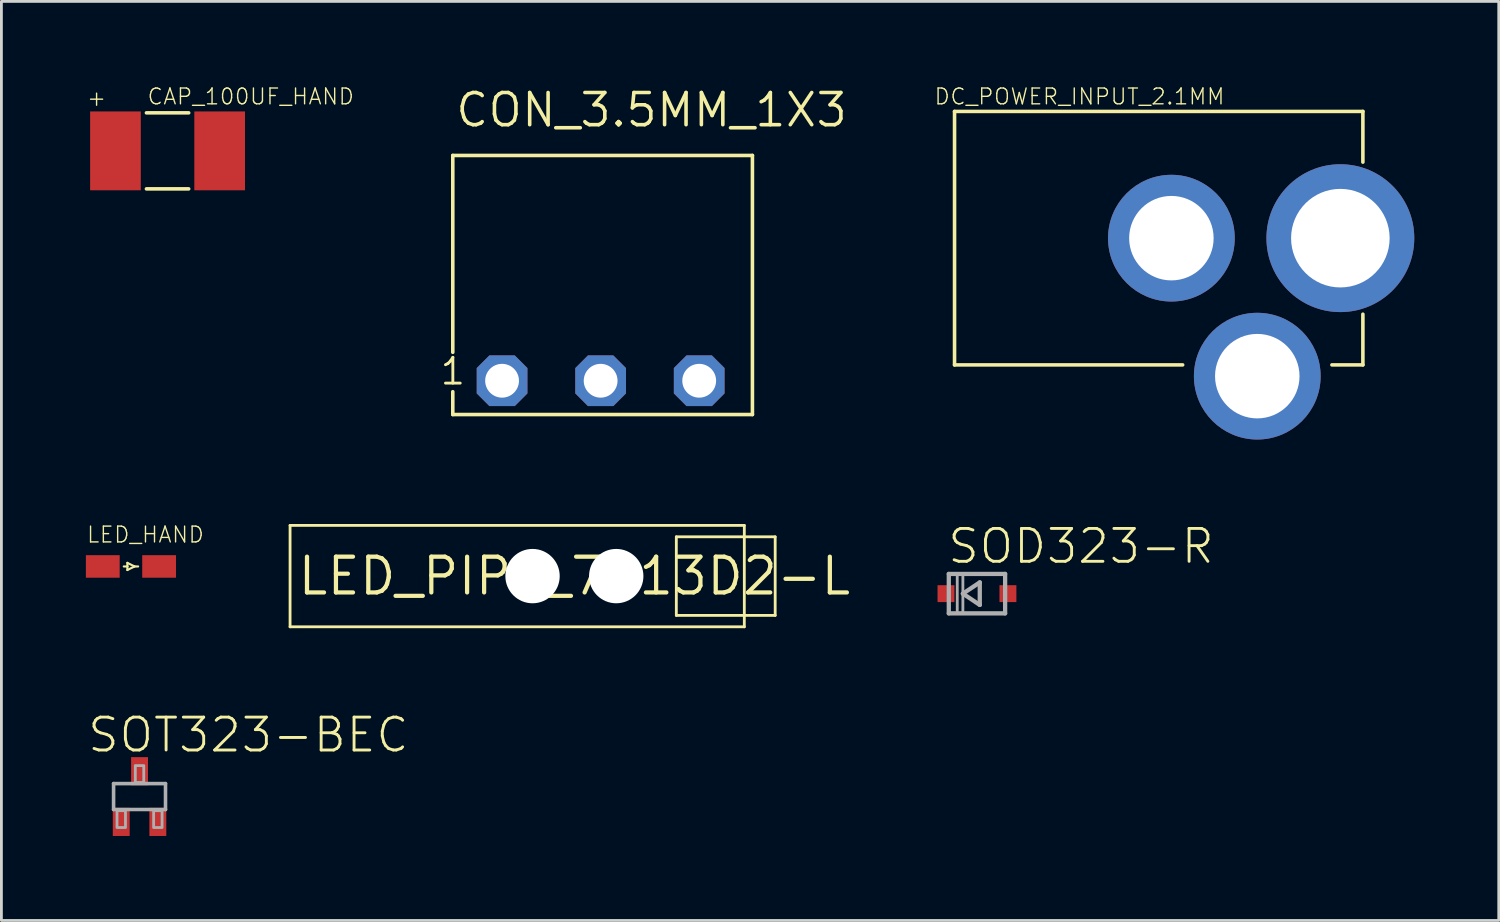
<source format=kicad_pcb>
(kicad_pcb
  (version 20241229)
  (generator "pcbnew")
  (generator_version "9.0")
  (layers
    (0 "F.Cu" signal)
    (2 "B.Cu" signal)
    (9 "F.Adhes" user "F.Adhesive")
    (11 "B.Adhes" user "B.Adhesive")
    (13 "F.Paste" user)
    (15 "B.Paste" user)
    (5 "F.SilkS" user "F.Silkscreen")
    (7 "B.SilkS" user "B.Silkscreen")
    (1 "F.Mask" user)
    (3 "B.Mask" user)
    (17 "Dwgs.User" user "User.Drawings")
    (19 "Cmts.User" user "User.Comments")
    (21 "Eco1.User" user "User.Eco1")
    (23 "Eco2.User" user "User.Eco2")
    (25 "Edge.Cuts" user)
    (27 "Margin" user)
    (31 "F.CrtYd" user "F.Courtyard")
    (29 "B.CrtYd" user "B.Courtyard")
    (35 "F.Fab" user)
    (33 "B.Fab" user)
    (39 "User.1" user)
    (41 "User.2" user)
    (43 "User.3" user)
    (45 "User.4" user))
  (footprint "LED_PIPE_7513D2-L"
    (layer "F.Cu")
    (at 17.346 17.407)
    (property "Reference" "LED_PIPE_7513D2-L" (at 0 0 0) (layer "F.SilkS") (effects (font (size 1.27 1.27) (thickness 0.15))))
    (fp_line (start -10.096 1.8) (end -10.096 -1.8) (stroke (width 0.1) (type solid)) (layer "F.SilkS"))
    (fp_line (start 3.62 1.395) (end 3.62 -1.395) (stroke (width 0.1) (type solid)) (layer "F.SilkS"))
    (fp_line (start 3.62 1.395) (end 7.13 1.395) (stroke (width 0.1) (type solid)) (layer "F.SilkS"))
    (fp_line (start 6.034 -1.8) (end -10.096 -1.8) (stroke (width 0.1) (type solid)) (layer "F.SilkS"))
    (fp_line (start 6.034 1.8) (end -10.096 1.8) (stroke (width 0.1) (type solid)) (layer "F.SilkS"))
    (fp_line (start 6.034 1.8) (end 6.034 -1.8) (stroke (width 0.1) (type solid)) (layer "F.SilkS"))
    (fp_line (start 7.13 -1.395) (end 3.62 -1.395) (stroke (width 0.1) (type solid)) (layer "F.SilkS"))
    (fp_line (start 7.13 1.395) (end 7.13 -1.395) (stroke (width 0.1) (type solid)) (layer "F.SilkS"))
    (pad "" np_thru_hole circle (at -1.486 0) (size 1.93 1.93) (drill 1.93) (layers "*.Cu" "*.Mask"))
    (pad "" np_thru_hole circle (at 1.486 0) (size 1.93 1.93) (drill 1.93) (layers "*.Cu" "*.Mask")))
  (footprint "LED_HAND"
    (layer "F.Cu")
    (at 1.6 17.064)
    (property "Reference" "LED_HAND" (at -1.6 -0.8 0) (layer "F.SilkS") (effects (font (size 0.561 0.561) (thickness 0.049)) (justify left bottom)))
    (fp_line (start -0.127 -0.127) (end -0.127 0) (stroke (width 0.076) (type solid)) (layer "F.SilkS"))
    (fp_line (start -0.127 0) (end -0.254 0) (stroke (width 0.076) (type solid)) (layer "F.SilkS"))
    (fp_line (start -0.127 0) (end -0.127 0.127) (stroke (width 0.076) (type solid)) (layer "F.SilkS"))
    (fp_line (start -0.127 0.127) (end 0.127 0) (stroke (width 0.076) (type solid)) (layer "F.SilkS"))
    (fp_line (start 0.127 0) (end -0.127 -0.127) (stroke (width 0.076) (type solid)) (layer "F.SilkS"))
    (fp_line (start 0.127 0) (end 0.254 0) (stroke (width 0.076) (type solid)) (layer "F.SilkS"))
    (pad "A" smd rect (at -1 0) (size 1.2 0.8) (layers "F.Cu" "F.Mask" "F.Paste"))
    (pad "K" smd rect (at 1 0) (size 1.2 0.8) (layers "F.Cu" "F.Mask" "F.Paste")))
  (footprint "SOD323-R"
    (layer "F.Cu")
    (at 31.641 18.03)
    (property "Reference" "SOD323-R" (at -1.1 -1 0) (layer "F.SilkS") (effects (font (size 1.168 1.168) (thickness 0.102)) (justify left bottom)))
    (fp_line (start -1 -0.7) (end 1 -0.7) (stroke (width 0.152) (type solid)) (layer "F.Fab"))
    (fp_line (start -1 0.7) (end -1 -0.7) (stroke (width 0.152) (type solid)) (layer "F.Fab"))
    (fp_line (start -0.5 0) (end 0.1 -0.4) (stroke (width 0.152) (type solid)) (layer "F.Fab"))
    (fp_line (start 0.1 -0.4) (end 0.1 0.4) (stroke (width 0.152) (type solid)) (layer "F.Fab"))
    (fp_line (start 0.1 0.4) (end -0.5 0) (stroke (width 0.152) (type solid)) (layer "F.Fab"))
    (fp_line (start 1 -0.7) (end 1 0.7) (stroke (width 0.152) (type solid)) (layer "F.Fab"))
    (fp_line (start 1 0.7) (end -1 0.7) (stroke (width 0.152) (type solid)) (layer "F.Fab"))
    (fp_poly (pts (xy -0.7 0.7) (xy -0.5 0.7) (xy -0.5 -0.7) (xy -0.7 -0.7)) (stroke (width 0.1) (type solid)) (fill no) (layer "F.Fab"))
    (pad "A" smd rect (at 1.1 0) (size 0.6 0.6) (layers "F.Cu" "F.Mask" "F.Paste"))
    (pad "C" smd rect (at -1.1 0) (size 0.6 0.6) (layers "F.Cu" "F.Mask" "F.Paste")))
  (footprint "CON_3.5MM_1X3"
    (layer "F.Cu")
    (at 18.278 10.47)
    (property "Reference" "CON_3.5MM_1X3" (at -5.215 -8.946 0) (layer "F.SilkS") (effects (font (size 1.143 1.143) (thickness 0.127)) (justify left bottom)))
    (fp_line (start -5.25 -8) (end 5.39 -8) (stroke (width 0.127) (type solid)) (layer "F.SilkS"))
    (fp_line (start -5.25 -1.01) (end -5.25 -8) (stroke (width 0.127) (type solid)) (layer "F.SilkS"))
    (fp_line (start -5.25 1.2) (end -5.25 0.39) (stroke (width 0.127) (type solid)) (layer "F.SilkS"))
    (fp_line (start -5.25 1.2) (end 5.39 1.2) (stroke (width 0.127) (type solid)) (layer "F.SilkS"))
    (fp_line (start 5.39 1.2) (end 5.39 -8) (stroke (width 0.127) (type solid)) (layer "F.SilkS"))
    (fp_text user "1" (at -5.75 0.201 0) (layer "F.SilkS") (effects (font (size 0.914 0.914) (thickness 0.102)) (justify left bottom)))
    (pad "P1" thru_hole roundrect (at -3.5 0 90) (size 1.8 1.8) (drill 1.2) (layers "*.Cu" "*.Mask") (roundrect_rratio 0.25) (chamfer_ratio 0.25) (chamfer top_left top_right bottom_left bottom_right))
    (pad "P2" thru_hole roundrect (at 0 0 90) (size 1.8 1.8) (drill 1.2) (layers "*.Cu" "*.Mask") (roundrect_rratio 0.25) (chamfer_ratio 0.25) (chamfer top_left top_right bottom_left bottom_right))
    (pad "P3" thru_hole roundrect (at 3.5 0 90) (size 1.8 1.8) (drill 1.2) (layers "*.Cu" "*.Mask") (roundrect_rratio 0.25) (chamfer_ratio 0.25) (chamfer top_left top_right bottom_left bottom_right)))
  (footprint "CAP_100UF_HAND"
    (layer "F.Cu")
    (at 2.9 2.307)
    (property "Reference" "CAP_100UF_HAND" (at -0.75 -1.6 0) (layer "F.SilkS") (effects (font (size 0.561 0.561) (thickness 0.049)) (justify left bottom)))
    (fp_line (start -0.75 -1.35) (end 0.75 -1.35) (stroke (width 0.127) (type solid)) (layer "F.SilkS"))
    (fp_line (start -0.75 1.35) (end 0.75 1.35) (stroke (width 0.127) (type solid)) (layer "F.SilkS"))
    (fp_text user "+" (at -2.9 -1.55 0) (layer "F.SilkS") (effects (font (size 0.561 0.561) (thickness 0.049)) (justify left bottom)))
    (pad "+" smd rect (at -1.85 0) (size 1.8 2.8) (layers "F.Cu" "F.Mask" "F.Paste"))
    (pad "-" smd rect (at 1.85 0) (size 1.8 2.8) (layers "F.Cu" "F.Mask" "F.Paste")))
  (footprint "SOT323-BEC"
    (layer "F.Cu")
    (at 1.905 25.235)
    (property "Reference" "SOT323-BEC" (at -1.905 -1.505 0) (layer "F.SilkS") (effects (font (size 1.168 1.168) (thickness 0.102)) (justify left bottom)))
    (fp_line (start -0.922 -0.46) (end 0.922 -0.46) (stroke (width 0.127) (type solid)) (layer "F.Fab"))
    (fp_line (start -0.922 0.46) (end -0.922 -0.46) (stroke (width 0.127) (type solid)) (layer "F.Fab"))
    (fp_line (start 0.922 -0.46) (end 0.922 0.46) (stroke (width 0.127) (type solid)) (layer "F.Fab"))
    (fp_line (start 0.922 0.46) (end -0.922 0.46) (stroke (width 0.127) (type solid)) (layer "F.Fab"))
    (fp_poly (pts (xy -0.8 1.1) (xy -0.5 1.1) (xy -0.5 0.5) (xy -0.8 0.5)) (stroke (width 0.1) (type solid)) (fill no) (layer "F.Fab"))
    (fp_poly (pts (xy -0.15 -0.5) (xy 0.15 -0.5) (xy 0.15 -1.1) (xy -0.15 -1.1)) (stroke (width 0.1) (type solid)) (fill no) (layer "F.Fab"))
    (fp_poly (pts (xy 0.5 1.1) (xy 0.8 1.1) (xy 0.8 0.5) (xy 0.5 0.5)) (stroke (width 0.1) (type solid)) (fill no) (layer "F.Fab"))
    (pad "B" smd rect (at -0.65 0.9) (size 0.6 1) (layers "F.Cu" "F.Mask" "F.Paste"))
    (pad "C" smd rect (at 0 -0.9) (size 0.6 1) (layers "F.Cu" "F.Mask" "F.Paste"))
    (pad "E" smd rect (at 0.65 0.9) (size 0.6 1) (layers "F.Cu" "F.Mask" "F.Paste")))
  (footprint "DC_POWER_INPUT_2.1MM"
    (layer "F.Cu")
    (at 36.045 5.407)
    (property "Reference" "DC_POWER_INPUT_2.1MM" (at -5.95 -4.7 0) (layer "F.SilkS") (effects (font (size 0.561 0.561) (thickness 0.049)) (justify left bottom)))
    (fp_line (start -5.2 -4.5) (end 9.3 -4.5) (stroke (width 0.127) (type solid)) (layer "F.SilkS"))
    (fp_line (start -5.2 4.5) (end -5.2 -4.5) (stroke (width 0.127) (type solid)) (layer "F.SilkS"))
    (fp_line (start -5.2 4.5) (end 2.9 4.5) (stroke (width 0.127) (type solid)) (layer "F.SilkS"))
    (fp_line (start 9.3 -4.5) (end 9.3 -2.7) (stroke (width 0.127) (type solid)) (layer "F.SilkS"))
    (fp_line (start 9.3 4.5) (end 8.2 4.5) (stroke (width 0.127) (type solid)) (layer "F.SilkS"))
    (fp_line (start 9.3 4.5) (end 9.3 2.7) (stroke (width 0.127) (type solid)) (layer "F.SilkS"))
    (pad "P1" thru_hole circle (at 8.5 0 90) (size 5.25 5.25) (drill 3.5) (layers "*.Cu" "*.Mask"))
    (pad "P2" thru_hole circle (at 2.5 0 90) (size 4.5 4.5) (drill 3) (layers "*.Cu" "*.Mask"))
    (pad "P3" thru_hole circle (at 5.55 4.9 90) (size 4.5 4.5) (drill 3) (layers "*.Cu" "*.Mask")))
  (gr_rect
    (start -3 -3)
    (end 50.17 29.635)
    (stroke (width 0.1) (type default))
    (fill no)
    (layer "Edge.Cuts")))
</source>
